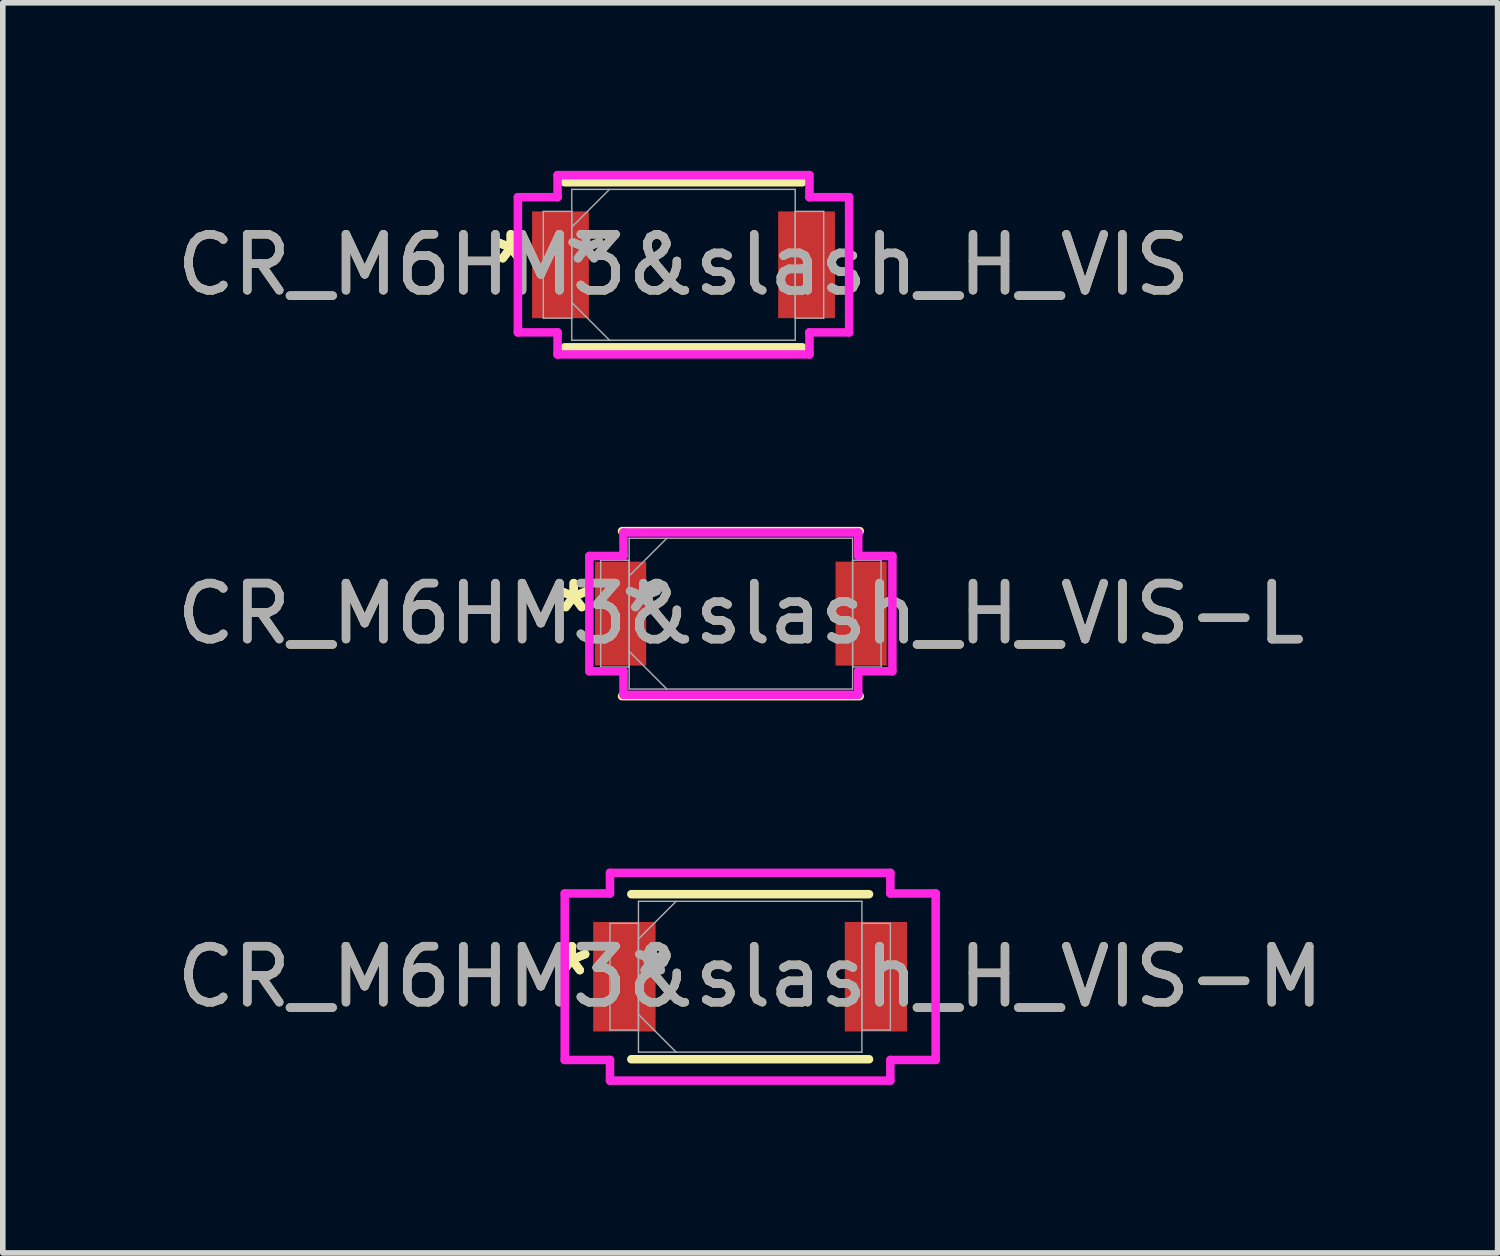
<source format=kicad_pcb>
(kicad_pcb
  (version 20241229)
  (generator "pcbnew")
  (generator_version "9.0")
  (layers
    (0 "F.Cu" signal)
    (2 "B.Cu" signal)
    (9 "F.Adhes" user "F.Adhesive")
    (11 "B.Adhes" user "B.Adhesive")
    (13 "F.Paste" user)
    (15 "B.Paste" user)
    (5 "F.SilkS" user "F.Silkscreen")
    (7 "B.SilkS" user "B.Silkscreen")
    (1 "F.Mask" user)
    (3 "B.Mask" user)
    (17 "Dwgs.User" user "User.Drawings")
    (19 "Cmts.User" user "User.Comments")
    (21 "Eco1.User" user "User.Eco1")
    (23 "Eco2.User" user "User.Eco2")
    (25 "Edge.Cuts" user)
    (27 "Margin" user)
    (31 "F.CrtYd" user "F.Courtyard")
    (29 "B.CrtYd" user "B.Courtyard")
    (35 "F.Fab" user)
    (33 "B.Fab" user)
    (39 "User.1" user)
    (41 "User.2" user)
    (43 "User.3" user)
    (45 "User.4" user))
  (footprint "CR_M6HM3&slash_H_VIS-L"
    (layer "F.Cu")
    (at 10.173 7.902)
    (property "Reference" "CR_M6HM3&slash_H_VIS-L" (at 0 0 0) (unlocked yes) (layer "F.SilkS") (effects (font (size 1 1) (thickness 0.15))))
    (attr smd)
    (fp_line (start -2.121 1.473) (end 2.121 1.473) (stroke (width 0.152) (type solid)) (layer "F.SilkS"))
    (fp_line (start 2.121 -1.473) (end -2.121 -1.473) (stroke (width 0.152) (type solid)) (layer "F.SilkS"))
    (fp_line (start -2.704 -1.029) (end -2.095 -1.029) (stroke (width 0.152) (type solid)) (layer "F.CrtYd"))
    (fp_line (start -2.704 1.029) (end -2.704 -1.029) (stroke (width 0.152) (type solid)) (layer "F.CrtYd"))
    (fp_line (start -2.095 -1.448) (end 2.095 -1.448) (stroke (width 0.152) (type solid)) (layer "F.CrtYd"))
    (fp_line (start -2.095 -1.029) (end -2.095 -1.448) (stroke (width 0.152) (type solid)) (layer "F.CrtYd"))
    (fp_line (start -2.095 1.029) (end -2.704 1.029) (stroke (width 0.152) (type solid)) (layer "F.CrtYd"))
    (fp_line (start -2.095 1.448) (end -2.095 1.029) (stroke (width 0.152) (type solid)) (layer "F.CrtYd"))
    (fp_line (start 2.095 -1.448) (end 2.095 -1.029) (stroke (width 0.152) (type solid)) (layer "F.CrtYd"))
    (fp_line (start 2.095 -1.029) (end 2.704 -1.029) (stroke (width 0.152) (type solid)) (layer "F.CrtYd"))
    (fp_line (start 2.095 1.029) (end 2.095 1.448) (stroke (width 0.152) (type solid)) (layer "F.CrtYd"))
    (fp_line (start 2.095 1.448) (end -2.095 1.448) (stroke (width 0.152) (type solid)) (layer "F.CrtYd"))
    (fp_line (start 2.704 -1.029) (end 2.704 1.029) (stroke (width 0.152) (type solid)) (layer "F.CrtYd"))
    (fp_line (start 2.704 1.029) (end 2.095 1.029) (stroke (width 0.152) (type solid)) (layer "F.CrtYd"))
    (fp_line (start -2.502 -0.953) (end -2.502 0.953) (stroke (width 0.025) (type solid)) (layer "F.Fab"))
    (fp_line (start -2.502 0.953) (end -1.994 0.953) (stroke (width 0.025) (type solid)) (layer "F.Fab"))
    (fp_line (start -1.994 -1.346) (end -1.994 1.346) (stroke (width 0.025) (type solid)) (layer "F.Fab"))
    (fp_line (start -1.994 -0.953) (end -2.502 -0.953) (stroke (width 0.025) (type solid)) (layer "F.Fab"))
    (fp_line (start -1.994 -0.673) (end -1.321 -1.346) (stroke (width 0.025) (type solid)) (layer "F.Fab"))
    (fp_line (start -1.994 0.673) (end -1.321 1.346) (stroke (width 0.025) (type solid)) (layer "F.Fab"))
    (fp_line (start -1.994 0.953) (end -1.994 -0.953) (stroke (width 0.025) (type solid)) (layer "F.Fab"))
    (fp_line (start -1.994 1.346) (end 1.994 1.346) (stroke (width 0.025) (type solid)) (layer "F.Fab"))
    (fp_line (start 1.994 -1.346) (end -1.994 -1.346) (stroke (width 0.025) (type solid)) (layer "F.Fab"))
    (fp_line (start 1.994 -0.953) (end 1.994 0.953) (stroke (width 0.025) (type solid)) (layer "F.Fab"))
    (fp_line (start 1.994 0.953) (end 2.502 0.953) (stroke (width 0.025) (type solid)) (layer "F.Fab"))
    (fp_line (start 1.994 1.346) (end 1.994 -1.346) (stroke (width 0.025) (type solid)) (layer "F.Fab"))
    (fp_line (start 2.502 -0.953) (end 1.994 -0.953) (stroke (width 0.025) (type solid)) (layer "F.Fab"))
    (fp_line (start 2.502 0.953) (end 2.502 -0.953) (stroke (width 0.025) (type solid)) (layer "F.Fab"))
    (fp_text user "*" (at -2.983 0 0) (unlocked yes) (layer "F.SilkS") (effects (font (size 1 1) (thickness 0.15))))
    (fp_text user "*" (at -2.983 0 0) (layer "F.SilkS") (effects (font (size 1 1) (thickness 0.15))))
    (fp_text user "*" (at -1.74 0 0) (unlocked yes) (layer "F.Fab") (effects (font (size 1 1) (thickness 0.15))))
    (fp_text user "${REFERENCE}" (at 0 0 0) (unlocked yes) (layer "F.Fab") (effects (font (size 1 1) (thickness 0.15))))
    (fp_text user "*" (at -1.74 0 0) (layer "F.Fab") (effects (font (size 1 1) (thickness 0.15))))
    (pad "1" smd rect (at -2.146 0) (size 0.913 1.855) (layers "F.Cu" "F.Mask" "F.Paste"))
    (pad "2" smd rect (at 2.146 0) (size 0.913 1.855) (layers "F.Cu" "F.Mask" "F.Paste"))
    (zone (net_name "") (layer "F.Cu") (hatch full 0.508) (connect_pads) (min_thickness 0.254) (filled_areas_thickness no) (keepout (tracks not_allowed) (vias not_allowed) (pads allowed) (copperpour not_allowed) (footprints allowed)) (placement (enabled no)) (fill) (polygon (pts (xy 8.534 6.607) (xy 11.811 6.607) (xy 11.811 9.198) (xy 8.534 9.198)))))
  (footprint "CR_M6HM3&slash_H_VIS"
    (layer "F.Cu")
    (at 9.149 1.676)
    (property "Reference" "CR_M6HM3&slash_H_VIS" (at 0 0 0) (unlocked yes) (layer "F.SilkS") (effects (font (size 1 1) (thickness 0.15))))
    (attr smd)
    (fp_line (start -2.121 1.473) (end 2.121 1.473) (stroke (width 0.152) (type solid)) (layer "F.SilkS"))
    (fp_line (start 2.121 -1.473) (end -2.121 -1.473) (stroke (width 0.152) (type solid)) (layer "F.SilkS"))
    (fp_line (start -2.956 -1.206) (end -2.248 -1.206) (stroke (width 0.152) (type solid)) (layer "F.CrtYd"))
    (fp_line (start -2.956 1.206) (end -2.956 -1.206) (stroke (width 0.152) (type solid)) (layer "F.CrtYd"))
    (fp_line (start -2.248 -1.6) (end 2.248 -1.6) (stroke (width 0.152) (type solid)) (layer "F.CrtYd"))
    (fp_line (start -2.248 -1.206) (end -2.248 -1.6) (stroke (width 0.152) (type solid)) (layer "F.CrtYd"))
    (fp_line (start -2.248 1.206) (end -2.956 1.206) (stroke (width 0.152) (type solid)) (layer "F.CrtYd"))
    (fp_line (start -2.248 1.6) (end -2.248 1.206) (stroke (width 0.152) (type solid)) (layer "F.CrtYd"))
    (fp_line (start 2.248 -1.6) (end 2.248 -1.206) (stroke (width 0.152) (type solid)) (layer "F.CrtYd"))
    (fp_line (start 2.248 -1.206) (end 2.956 -1.206) (stroke (width 0.152) (type solid)) (layer "F.CrtYd"))
    (fp_line (start 2.248 1.206) (end 2.248 1.6) (stroke (width 0.152) (type solid)) (layer "F.CrtYd"))
    (fp_line (start 2.248 1.6) (end -2.248 1.6) (stroke (width 0.152) (type solid)) (layer "F.CrtYd"))
    (fp_line (start 2.956 -1.206) (end 2.956 1.206) (stroke (width 0.152) (type solid)) (layer "F.CrtYd"))
    (fp_line (start 2.956 1.206) (end 2.248 1.206) (stroke (width 0.152) (type solid)) (layer "F.CrtYd"))
    (fp_line (start -2.502 -0.953) (end -2.502 0.953) (stroke (width 0.025) (type solid)) (layer "F.Fab"))
    (fp_line (start -2.502 0.953) (end -1.994 0.953) (stroke (width 0.025) (type solid)) (layer "F.Fab"))
    (fp_line (start -1.994 -1.346) (end -1.994 1.346) (stroke (width 0.025) (type solid)) (layer "F.Fab"))
    (fp_line (start -1.994 -0.953) (end -2.502 -0.953) (stroke (width 0.025) (type solid)) (layer "F.Fab"))
    (fp_line (start -1.994 -0.673) (end -1.321 -1.346) (stroke (width 0.025) (type solid)) (layer "F.Fab"))
    (fp_line (start -1.994 0.673) (end -1.321 1.346) (stroke (width 0.025) (type solid)) (layer "F.Fab"))
    (fp_line (start -1.994 0.953) (end -1.994 -0.953) (stroke (width 0.025) (type solid)) (layer "F.Fab"))
    (fp_line (start -1.994 1.346) (end 1.994 1.346) (stroke (width 0.025) (type solid)) (layer "F.Fab"))
    (fp_line (start 1.994 -1.346) (end -1.994 -1.346) (stroke (width 0.025) (type solid)) (layer "F.Fab"))
    (fp_line (start 1.994 -0.953) (end 1.994 0.953) (stroke (width 0.025) (type solid)) (layer "F.Fab"))
    (fp_line (start 1.994 0.953) (end 2.502 0.953) (stroke (width 0.025) (type solid)) (layer "F.Fab"))
    (fp_line (start 1.994 1.346) (end 1.994 -1.346) (stroke (width 0.025) (type solid)) (layer "F.Fab"))
    (fp_line (start 2.502 -0.953) (end 1.994 -0.953) (stroke (width 0.025) (type solid)) (layer "F.Fab"))
    (fp_line (start 2.502 0.953) (end 2.502 -0.953) (stroke (width 0.025) (type solid)) (layer "F.Fab"))
    (fp_text user "*" (at -3.083 0 0) (unlocked yes) (layer "F.SilkS") (effects (font (size 1 1) (thickness 0.15))))
    (fp_text user "*" (at -3.083 0 0) (layer "F.SilkS") (effects (font (size 1 1) (thickness 0.15))))
    (fp_text user "${REFERENCE}" (at 0 0 0) (unlocked yes) (layer "F.Fab") (effects (font (size 1 1) (thickness 0.15))))
    (fp_text user "*" (at -1.74 0 0) (unlocked yes) (layer "F.Fab") (effects (font (size 1 1) (thickness 0.15))))
    (fp_text user "*" (at -1.74 0 0) (layer "F.Fab") (effects (font (size 1 1) (thickness 0.15))))
    (pad "1" smd rect (at -2.196 0) (size 1.013 1.905) (layers "F.Cu" "F.Mask" "F.Paste"))
    (pad "2" smd rect (at 2.196 0) (size 1.013 1.905) (layers "F.Cu" "F.Mask" "F.Paste"))
    (zone (net_name "") (layer "F.Cu") (hatch full 0.508) (connect_pads) (min_thickness 0.254) (filled_areas_thickness no) (keepout (tracks not_allowed) (vias not_allowed) (pads allowed) (copperpour not_allowed) (footprints allowed)) (placement (enabled no)) (fill) (polygon (pts (xy 7.511 0.381) (xy 10.787 0.381) (xy 10.787 2.972) (xy 7.511 2.972)))))
  (footprint "CR_M6HM3&slash_H_VIS-M"
    (layer "F.Cu")
    (at 10.339 14.382)
    (property "Reference" "CR_M6HM3&slash_H_VIS-M" (at 0 0 0) (unlocked yes) (layer "F.SilkS") (effects (font (size 1 1) (thickness 0.15))))
    (attr smd)
    (fp_line (start -2.121 1.473) (end 2.121 1.473) (stroke (width 0.152) (type solid)) (layer "F.SilkS"))
    (fp_line (start 2.121 -1.473) (end -2.121 -1.473) (stroke (width 0.152) (type solid)) (layer "F.SilkS"))
    (fp_line (start -3.31 -1.486) (end -2.502 -1.486) (stroke (width 0.152) (type solid)) (layer "F.CrtYd"))
    (fp_line (start -3.31 1.486) (end -3.31 -1.486) (stroke (width 0.152) (type solid)) (layer "F.CrtYd"))
    (fp_line (start -2.502 -1.854) (end 2.502 -1.854) (stroke (width 0.152) (type solid)) (layer "F.CrtYd"))
    (fp_line (start -2.502 -1.486) (end -2.502 -1.854) (stroke (width 0.152) (type solid)) (layer "F.CrtYd"))
    (fp_line (start -2.502 1.486) (end -3.31 1.486) (stroke (width 0.152) (type solid)) (layer "F.CrtYd"))
    (fp_line (start -2.502 1.854) (end -2.502 1.486) (stroke (width 0.152) (type solid)) (layer "F.CrtYd"))
    (fp_line (start 2.502 -1.854) (end 2.502 -1.486) (stroke (width 0.152) (type solid)) (layer "F.CrtYd"))
    (fp_line (start 2.502 -1.486) (end 3.31 -1.486) (stroke (width 0.152) (type solid)) (layer "F.CrtYd"))
    (fp_line (start 2.502 1.486) (end 2.502 1.854) (stroke (width 0.152) (type solid)) (layer "F.CrtYd"))
    (fp_line (start 2.502 1.854) (end -2.502 1.854) (stroke (width 0.152) (type solid)) (layer "F.CrtYd"))
    (fp_line (start 3.31 -1.486) (end 3.31 1.486) (stroke (width 0.152) (type solid)) (layer "F.CrtYd"))
    (fp_line (start 3.31 1.486) (end 2.502 1.486) (stroke (width 0.152) (type solid)) (layer "F.CrtYd"))
    (fp_line (start -2.502 -0.953) (end -2.502 0.953) (stroke (width 0.025) (type solid)) (layer "F.Fab"))
    (fp_line (start -2.502 0.953) (end -1.994 0.953) (stroke (width 0.025) (type solid)) (layer "F.Fab"))
    (fp_line (start -1.994 -1.346) (end -1.994 1.346) (stroke (width 0.025) (type solid)) (layer "F.Fab"))
    (fp_line (start -1.994 -0.953) (end -2.502 -0.953) (stroke (width 0.025) (type solid)) (layer "F.Fab"))
    (fp_line (start -1.994 -0.673) (end -1.321 -1.346) (stroke (width 0.025) (type solid)) (layer "F.Fab"))
    (fp_line (start -1.994 0.673) (end -1.321 1.346) (stroke (width 0.025) (type solid)) (layer "F.Fab"))
    (fp_line (start -1.994 0.953) (end -1.994 -0.953) (stroke (width 0.025) (type solid)) (layer "F.Fab"))
    (fp_line (start -1.994 1.346) (end 1.994 1.346) (stroke (width 0.025) (type solid)) (layer "F.Fab"))
    (fp_line (start 1.994 -1.346) (end -1.994 -1.346) (stroke (width 0.025) (type solid)) (layer "F.Fab"))
    (fp_line (start 1.994 -0.953) (end 1.994 0.953) (stroke (width 0.025) (type solid)) (layer "F.Fab"))
    (fp_line (start 1.994 0.953) (end 2.502 0.953) (stroke (width 0.025) (type solid)) (layer "F.Fab"))
    (fp_line (start 1.994 1.346) (end 1.994 -1.346) (stroke (width 0.025) (type solid)) (layer "F.Fab"))
    (fp_line (start 2.502 -0.953) (end 1.994 -0.953) (stroke (width 0.025) (type solid)) (layer "F.Fab"))
    (fp_line (start 2.502 0.953) (end 2.502 -0.953) (stroke (width 0.025) (type solid)) (layer "F.Fab"))
    (fp_text user "*" (at -3.183 0 0) (layer "F.SilkS") (effects (font (size 1 1) (thickness 0.15))))
    (fp_text user "*" (at -3.183 0 0) (unlocked yes) (layer "F.SilkS") (effects (font (size 1 1) (thickness 0.15))))
    (fp_text user "${REFERENCE}" (at 0 0 0) (unlocked yes) (layer "F.Fab") (effects (font (size 1 1) (thickness 0.15))))
    (fp_text user "*" (at -1.74 0 0) (layer "F.Fab") (effects (font (size 1 1) (thickness 0.15))))
    (fp_text user "*" (at -1.74 0 0) (unlocked yes) (layer "F.Fab") (effects (font (size 1 1) (thickness 0.15))))
    (pad "1" smd rect (at -2.245 0) (size 1.113 1.955) (layers "F.Cu" "F.Mask" "F.Paste"))
    (pad "2" smd rect (at 2.245 0) (size 1.113 1.955) (layers "F.Cu" "F.Mask" "F.Paste"))
    (zone (net_name "") (layer "F.Cu") (hatch full 0.508) (connect_pads) (min_thickness 0.254) (filled_areas_thickness no) (keepout (tracks not_allowed) (vias not_allowed) (pads allowed) (copperpour not_allowed) (footprints allowed)) (placement (enabled no)) (fill) (polygon (pts (xy 8.701 13.087) (xy 11.978 13.087) (xy 11.978 15.677) (xy 8.701 15.677)))))
  (gr_rect
    (start -3 -3)
    (end 23.679 19.312)
    (stroke (width 0.1) (type default))
    (fill no)
    (layer "Edge.Cuts")))
</source>
